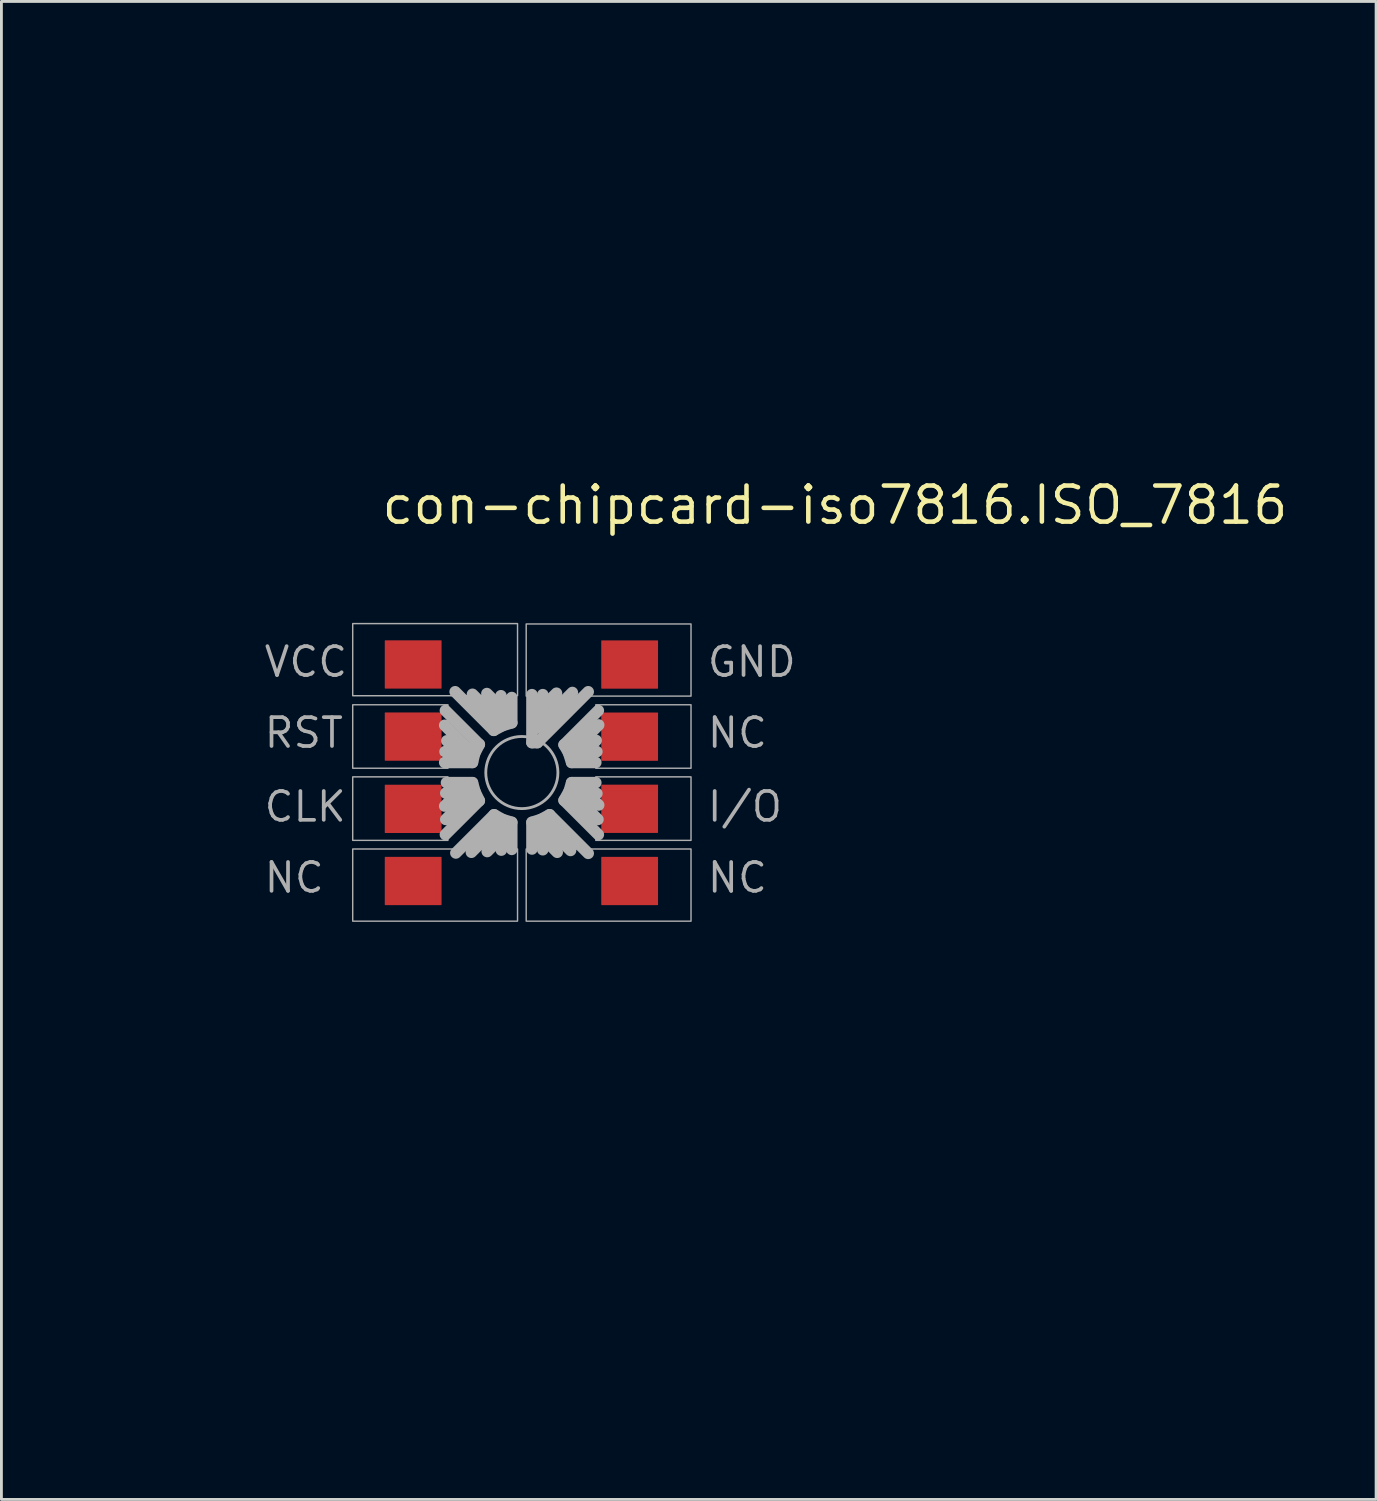
<source format=kicad_pcb>
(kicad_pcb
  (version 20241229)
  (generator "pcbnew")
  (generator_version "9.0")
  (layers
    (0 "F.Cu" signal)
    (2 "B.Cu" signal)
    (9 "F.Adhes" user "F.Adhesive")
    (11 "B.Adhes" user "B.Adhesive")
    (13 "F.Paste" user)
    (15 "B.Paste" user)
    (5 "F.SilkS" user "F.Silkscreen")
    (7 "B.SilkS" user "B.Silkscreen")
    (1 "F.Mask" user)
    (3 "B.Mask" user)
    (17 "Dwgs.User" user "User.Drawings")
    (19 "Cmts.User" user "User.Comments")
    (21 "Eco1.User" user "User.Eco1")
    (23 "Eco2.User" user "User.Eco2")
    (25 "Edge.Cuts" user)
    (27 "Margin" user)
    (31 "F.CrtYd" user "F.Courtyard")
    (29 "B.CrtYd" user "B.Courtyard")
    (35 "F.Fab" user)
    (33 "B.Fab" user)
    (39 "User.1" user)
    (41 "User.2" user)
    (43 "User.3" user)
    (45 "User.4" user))
  (footprint "con-chipcard-iso7816.ISO_7816"
    (layer "F.Cu")
    (at 0.25 0.25)
    (property "Reference" "con-chipcard-iso7816.ISO_7816" (at 10.06 15.23 0) (layer "F.SilkS") (effects (font (size 1.27 1.27) (thickness 0.16)) (justify left bottom)))
    (attr smd)
    (fp_line (start 0 46.5) (end 0 2.25) (stroke (width 0.0002) (type default)) (layer "F.SilkS"))
    (fp_line (start 2.25 0) (end 36.25 0) (stroke (width 0.0002) (type default)) (layer "F.SilkS"))
    (fp_line (start 6.25 17.5) (end 6.25 30.5) (stroke (width 0.0002) (type default)) (layer "F.SilkS"))
    (fp_line (start 7.25 16.5) (end 30.25 16.5) (stroke (width 0.0002) (type default)) (layer "F.SilkS"))
    (fp_line (start 7.25 31.5) (end 27.95 31.5) (stroke (width 0.0002) (type default)) (layer "F.SilkS"))
    (fp_line (start 28.55 31.2) (end 31.05 28.7) (stroke (width 0.0002) (type default)) (layer "F.SilkS"))
    (fp_line (start 31.25 28.1) (end 31.25 17.5) (stroke (width 0.0002) (type default)) (layer "F.SilkS"))
    (fp_arc (start 0 2.25) (mid 0.65901 0.65901) (end 2.25 0) (stroke (width 0.0002) (type default)) (layer "F.SilkS"))
    (fp_arc (start 6.25 17.5) (mid 6.542893 16.792893) (end 7.25 16.5) (stroke (width 0.0002) (type default)) (layer "F.SilkS"))
    (fp_arc (start 7.25 31.5) (mid 6.542893 31.207107) (end 6.25 30.5) (stroke (width 0.0002) (type default)) (layer "F.SilkS"))
    (fp_arc (start 28.55 31.2) (mid 28.275694 31.401388) (end 27.95 31.5) (stroke (width 0.0002) (type default)) (layer "F.SilkS"))
    (fp_arc (start 30.25 16.5) (mid 30.957107 16.792893) (end 31.25 17.5) (stroke (width 0.0002) (type default)) (layer "F.SilkS"))
    (fp_arc (start 31.25 28.1) (mid 31.198683 28.416228) (end 31.05 28.7) (stroke (width 0.0002) (type default)) (layer "F.SilkS"))
    (fp_line (start 12.359 25.085) (end 12.689 24.755) (stroke (width 0.406) (type default)) (layer "F.Fab"))
    (fp_line (start 12.371 23.168) (end 13.171 23.168) (stroke (width 0.406) (type default)) (layer "F.Fab"))
    (fp_line (start 12.384 21.72) (end 13.578 22.913) (stroke (width 0.406) (type default)) (layer "F.Fab"))
    (fp_line (start 12.384 26.088) (end 13.578 24.895) (stroke (width 0.406) (type default)) (layer "F.Fab"))
    (fp_line (start 12.397 24.628) (end 13.121 24.628) (stroke (width 0.406) (type default)) (layer "F.Fab"))
    (fp_line (start 12.638 22.99) (end 12.435 22.787) (stroke (width 0.406) (type default)) (layer "F.Fab"))
    (fp_line (start 12.689 24.755) (end 12.689 24.73) (stroke (width 0.406) (type default)) (layer "F.Fab"))
    (fp_line (start 13.121 24.628) (end 13.222 24.73) (stroke (width 0.406) (type default)) (layer "F.Fab"))
    (fp_line (start 13.171 23.053) (end 12.359 22.24) (stroke (width 0.406) (type default)) (layer "F.Fab"))
    (fp_line (start 13.171 23.168) (end 13.171 23.053) (stroke (width 0.406) (type default)) (layer "F.Fab"))
    (fp_line (start 13.222 24.73) (end 12.397 25.555) (stroke (width 0.406) (type default)) (layer "F.Fab"))
    (fp_line (start 13.337 23.549) (end 12.359 23.549) (stroke (width 0.406) (type default)) (layer "F.Fab"))
    (fp_line (start 13.337 24.26) (end 12.422 24.26) (stroke (width 0.406) (type default)) (layer "F.Fab"))
    (fp_line (start 13.413 23.231) (end 13.337 23.549) (stroke (width 0.406) (type default)) (layer "F.Fab"))
    (fp_line (start 13.425 24.577) (end 13.337 24.26) (stroke (width 0.406) (type default)) (layer "F.Fab"))
    (fp_line (start 13.578 22.913) (end 13.413 23.231) (stroke (width 0.406) (type default)) (layer "F.Fab"))
    (fp_line (start 13.578 24.895) (end 13.425 24.577) (stroke (width 0.406) (type default)) (layer "F.Fab"))
    (fp_line (start 13.857 26.685) (end 14.251 26.292) (stroke (width 0.406) (type default)) (layer "F.Fab"))
    (fp_line (start 14.086 22.418) (end 12.727 21.059) (stroke (width 0.406) (type default)) (layer "F.Fab"))
    (fp_line (start 14.099 25.39) (end 12.752 26.736) (stroke (width 0.406) (type default)) (layer "F.Fab"))
    (fp_line (start 14.238 21.517) (end 13.845 21.123) (stroke (width 0.406) (type default)) (layer "F.Fab"))
    (fp_line (start 14.238 22.05) (end 13.337 21.148) (stroke (width 0.406) (type default)) (layer "F.Fab"))
    (fp_line (start 14.264 25.746) (end 13.299 26.711) (stroke (width 0.406) (type default)) (layer "F.Fab"))
    (fp_line (start 14.34 21.199) (end 14.34 21.948) (stroke (width 0.406) (type default)) (layer "F.Fab"))
    (fp_line (start 14.34 21.948) (end 14.238 22.05) (stroke (width 0.406) (type default)) (layer "F.Fab"))
    (fp_line (start 14.353 25.834) (end 14.264 25.746) (stroke (width 0.406) (type default)) (layer "F.Fab"))
    (fp_line (start 14.353 26.635) (end 14.353 25.834) (stroke (width 0.406) (type default)) (layer "F.Fab"))
    (fp_line (start 14.391 22.253) (end 14.086 22.418) (stroke (width 0.406) (type default)) (layer "F.Fab"))
    (fp_line (start 14.391 25.555) (end 14.099 25.39) (stroke (width 0.406) (type default)) (layer "F.Fab"))
    (fp_line (start 14.721 21.262) (end 14.721 22.151) (stroke (width 0.406) (type default)) (layer "F.Fab"))
    (fp_line (start 14.721 22.151) (end 14.391 22.253) (stroke (width 0.406) (type default)) (layer "F.Fab"))
    (fp_line (start 14.721 25.657) (end 14.391 25.555) (stroke (width 0.406) (type default)) (layer "F.Fab"))
    (fp_line (start 14.721 26.609) (end 14.721 25.657) (stroke (width 0.406) (type default)) (layer "F.Fab"))
    (fp_line (start 15.432 21.161) (end 15.432 22.85) (stroke (width 0.406) (type default)) (layer "F.Fab"))
    (fp_line (start 15.432 22.85) (end 15.623 22.85) (stroke (width 0.406) (type default)) (layer "F.Fab"))
    (fp_line (start 15.432 25.657) (end 15.75 25.555) (stroke (width 0.406) (type default)) (layer "F.Fab"))
    (fp_line (start 15.432 26.596) (end 15.432 25.657) (stroke (width 0.406) (type default)) (layer "F.Fab"))
    (fp_line (start 15.623 22.85) (end 17.413 21.059) (stroke (width 0.406) (type default)) (layer "F.Fab"))
    (fp_line (start 15.75 25.555) (end 16.054 25.39) (stroke (width 0.406) (type default)) (layer "F.Fab"))
    (fp_line (start 15.813 21.161) (end 15.813 22.126) (stroke (width 0.406) (type default)) (layer "F.Fab"))
    (fp_line (start 15.813 22.126) (end 15.597 22.342) (stroke (width 0.406) (type default)) (layer "F.Fab"))
    (fp_line (start 15.813 22.126) (end 16.855 21.085) (stroke (width 0.406) (type default)) (layer "F.Fab"))
    (fp_line (start 15.813 25.847) (end 15.902 25.758) (stroke (width 0.406) (type default)) (layer "F.Fab"))
    (fp_line (start 15.813 26.622) (end 15.813 25.847) (stroke (width 0.406) (type default)) (layer "F.Fab"))
    (fp_line (start 15.902 25.758) (end 16.791 26.647) (stroke (width 0.406) (type default)) (layer "F.Fab"))
    (fp_line (start 15.927 21.478) (end 16.296 21.11) (stroke (width 0.406) (type default)) (layer "F.Fab"))
    (fp_line (start 16.054 25.39) (end 17.413 26.749) (stroke (width 0.406) (type default)) (layer "F.Fab"))
    (fp_line (start 16.321 26.711) (end 15.915 26.304) (stroke (width 0.406) (type default)) (layer "F.Fab"))
    (fp_line (start 16.562 22.926) (end 17.769 21.72) (stroke (width 0.406) (type default)) (layer "F.Fab"))
    (fp_line (start 16.562 24.882) (end 17.769 26.088) (stroke (width 0.406) (type default)) (layer "F.Fab"))
    (fp_line (start 16.715 23.193) (end 16.562 22.926) (stroke (width 0.406) (type default)) (layer "F.Fab"))
    (fp_line (start 16.74 24.564) (end 16.562 24.882) (stroke (width 0.406) (type default)) (layer "F.Fab"))
    (fp_line (start 16.829 23.549) (end 16.715 23.193) (stroke (width 0.406) (type default)) (layer "F.Fab"))
    (fp_line (start 16.829 24.26) (end 16.74 24.564) (stroke (width 0.406) (type default)) (layer "F.Fab"))
    (fp_line (start 16.931 24.73) (end 17.756 25.555) (stroke (width 0.406) (type default)) (layer "F.Fab"))
    (fp_line (start 16.943 23.066) (end 17.782 22.228) (stroke (width 0.406) (type default)) (layer "F.Fab"))
    (fp_line (start 17.02 24.641) (end 16.931 24.73) (stroke (width 0.406) (type default)) (layer "F.Fab"))
    (fp_line (start 17.045 23.168) (end 16.943 23.066) (stroke (width 0.406) (type default)) (layer "F.Fab"))
    (fp_line (start 17.439 23.028) (end 17.693 22.774) (stroke (width 0.406) (type default)) (layer "F.Fab"))
    (fp_line (start 17.68 23.549) (end 16.829 23.549) (stroke (width 0.406) (type default)) (layer "F.Fab"))
    (fp_line (start 17.68 24.26) (end 16.829 24.26) (stroke (width 0.406) (type default)) (layer "F.Fab"))
    (fp_line (start 17.718 23.168) (end 17.045 23.168) (stroke (width 0.406) (type default)) (layer "F.Fab"))
    (fp_line (start 17.718 24.641) (end 17.02 24.641) (stroke (width 0.406) (type default)) (layer "F.Fab"))
    (fp_line (start 17.782 25.047) (end 17.489 24.755) (stroke (width 0.406) (type default)) (layer "F.Fab"))
    (fp_rect (start 9.12 21.199) (end 14.924 18.659) (stroke (width 0.05) (type default)) (fill no) (layer "F.Fab"))
    (fp_rect (start 9.12 23.752) (end 12.473 21.517) (stroke (width 0.05) (type default)) (fill no) (layer "F.Fab"))
    (fp_rect (start 9.12 26.292) (end 12.473 24.056) (stroke (width 0.05) (type default)) (fill no) (layer "F.Fab"))
    (fp_rect (start 9.12 29.137) (end 14.924 26.596) (stroke (width 0.05) (type default)) (fill no) (layer "F.Fab"))
    (fp_rect (start 15.229 21.212) (end 21.033 18.672) (stroke (width 0.05) (type default)) (fill no) (layer "F.Fab"))
    (fp_rect (start 15.229 29.137) (end 21.033 26.596) (stroke (width 0.05) (type default)) (fill no) (layer "F.Fab"))
    (fp_rect (start 17.68 23.752) (end 21.033 21.517) (stroke (width 0.05) (type default)) (fill no) (layer "F.Fab"))
    (fp_rect (start 17.68 26.292) (end 21.033 24.056) (stroke (width 0.05) (type default)) (fill no) (layer "F.Fab"))
    (fp_circle (center 15.076 23.904) (end 16.346 23.904) (stroke (width 0.1) (type default)) (fill no) (layer "F.Fab"))
    (fp_text user "I/O" (at 21.539 25.7 0) (layer "F.Fab") (effects (font (size 1.016 1.016) (thickness 0.13)) (justify left bottom)))
    (fp_text user "NC  " (at 21.539 23.1 0) (layer "F.Fab") (effects (font (size 1.016 1.016) (thickness 0.13)) (justify left bottom)))
    (fp_text user "NC " (at 21.539 28.2 0) (layer "F.Fab") (effects (font (size 1.016 1.016) (thickness 0.13)) (justify left bottom)))
    (fp_text user "CLK" (at 5.934 25.7 0) (layer "F.Fab") (effects (font (size 1.016 1.016) (thickness 0.13)) (justify left bottom)))
    (fp_text user "NC" (at 5.934 28.2 0) (layer "F.Fab") (effects (font (size 1.016 1.016) (thickness 0.13)) (justify left bottom)))
    (fp_text user "VCC" (at 5.934 20.6 0) (layer "F.Fab") (effects (font (size 1.016 1.016) (thickness 0.13)) (justify left bottom)))
    (fp_text user "RST" (at 5.934 23.1 0) (layer "F.Fab") (effects (font (size 1.016 1.016) (thickness 0.13)) (justify left bottom)))
    (fp_text user "GND" (at 21.539 20.6 0) (layer "F.Fab") (effects (font (size 1.016 1.016) (thickness 0.13)) (justify left bottom)))
    (pad "C1" smd roundrect (at 11.249 20.099) (size 2 1.7) (layers "F.Cu" "F.Mask" "F.Paste") (roundrect_rratio 0.01))
    (pad "C2" smd roundrect (at 11.249 22.638) (size 2 1.7) (layers "F.Cu" "F.Mask" "F.Paste") (roundrect_rratio 0.01))
    (pad "C3" smd roundrect (at 11.249 25.183) (size 2 1.7) (layers "F.Cu" "F.Mask" "F.Paste") (roundrect_rratio 0.01))
    (pad "C4" smd roundrect (at 11.249 27.722) (size 2 1.7) (layers "F.Cu" "F.Mask" "F.Paste") (roundrect_rratio 0.01))
    (pad "C5" smd roundrect (at 18.872 20.1) (size 2 1.7) (layers "F.Cu" "F.Mask" "F.Paste") (roundrect_rratio 0.01))
    (pad "C6" smd roundrect (at 18.872 22.64) (size 2 1.7) (layers "F.Cu" "F.Mask" "F.Paste") (roundrect_rratio 0.01))
    (pad "C7" smd roundrect (at 18.872 25.18) (size 2 1.7) (layers "F.Cu" "F.Mask" "F.Paste") (roundrect_rratio 0.01))
    (pad "C8" smd roundrect (at 18.872 27.722) (size 2 1.7) (layers "F.Cu" "F.Mask" "F.Paste") (roundrect_rratio 0.01)))
  (gr_rect
    (start -3 -3)
    (end 45.407 49.75)
    (stroke (width 0.1) (type default))
    (fill no)
    (layer "Edge.Cuts")))
</source>
